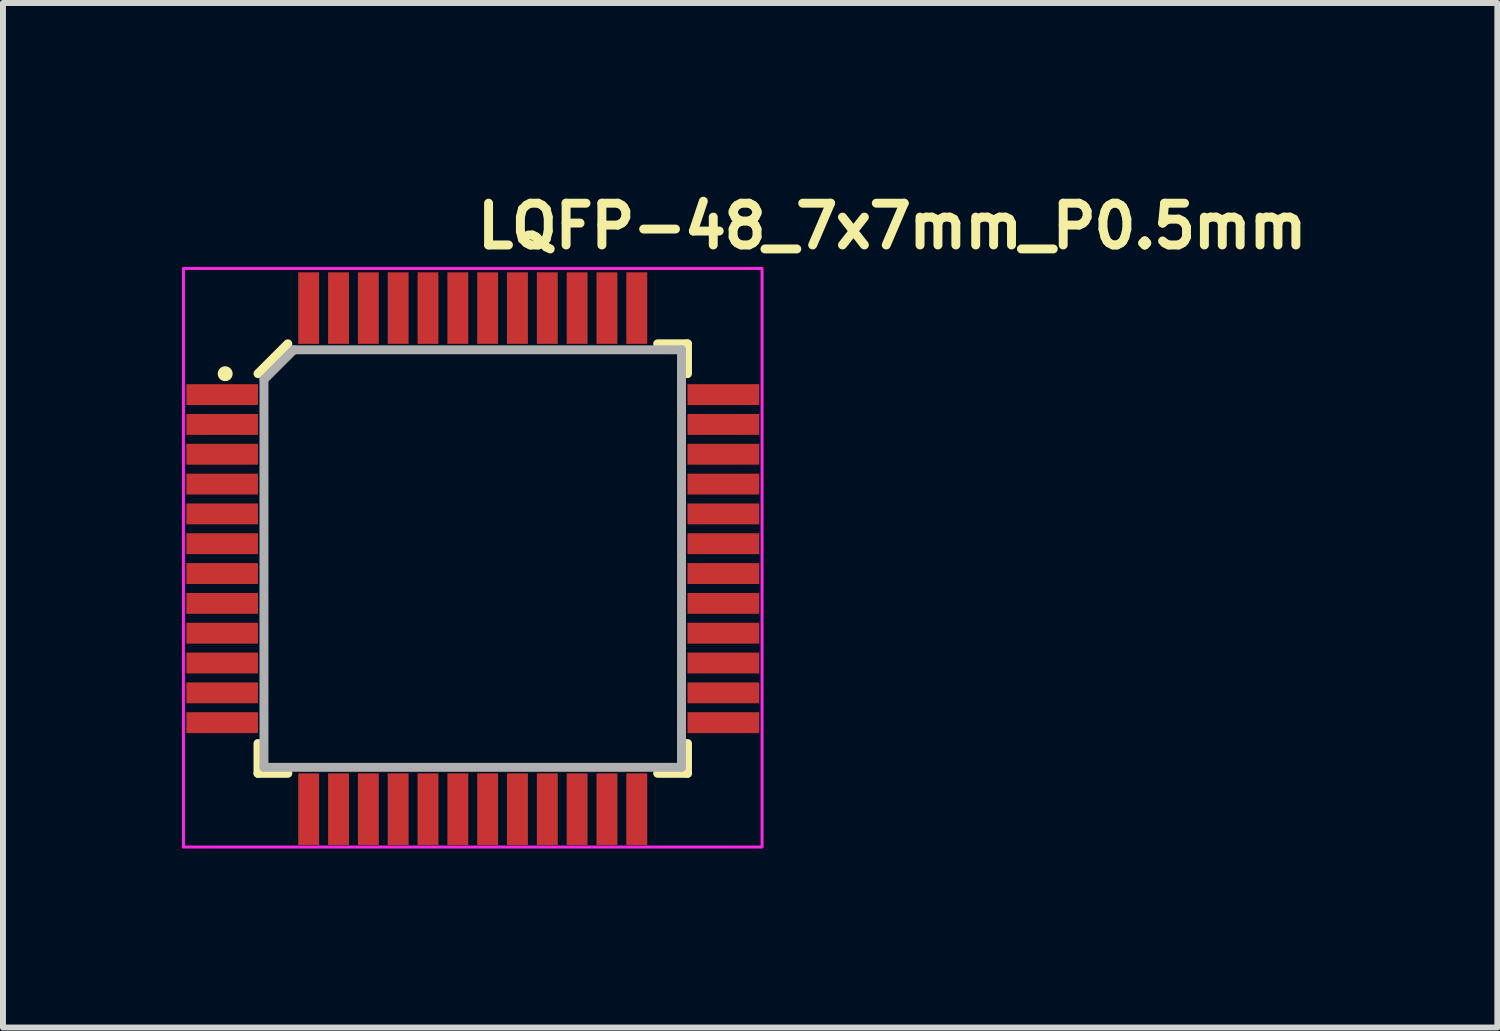
<source format=kicad_pcb>
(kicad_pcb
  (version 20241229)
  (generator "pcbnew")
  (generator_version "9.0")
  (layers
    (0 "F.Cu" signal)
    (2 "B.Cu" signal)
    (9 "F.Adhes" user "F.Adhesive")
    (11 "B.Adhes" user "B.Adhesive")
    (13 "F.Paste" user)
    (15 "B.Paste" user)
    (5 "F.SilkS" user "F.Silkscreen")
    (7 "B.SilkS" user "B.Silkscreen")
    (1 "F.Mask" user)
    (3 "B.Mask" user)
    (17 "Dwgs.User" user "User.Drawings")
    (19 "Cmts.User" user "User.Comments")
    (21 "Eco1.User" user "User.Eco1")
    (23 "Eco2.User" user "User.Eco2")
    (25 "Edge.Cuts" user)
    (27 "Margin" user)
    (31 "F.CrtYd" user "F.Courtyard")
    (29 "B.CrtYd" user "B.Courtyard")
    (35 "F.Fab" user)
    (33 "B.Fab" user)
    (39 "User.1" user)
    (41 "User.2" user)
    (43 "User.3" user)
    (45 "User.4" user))
  (footprint "LQFP-48_7x7mm_P0.5mm"
    (layer "F.Cu")
    (at 4.875 6.25)
    (property "Reference" "LQFP-48_7x7mm_P0.5mm" (at 0 -5.1 0) (layer "F.SilkS") (effects (font (size 0.7 0.7) (thickness 0.15)) (justify left bottom)))
    (attr smd)
    (fp_line (start -3.6 3.164) (end -3.6 3.664) (stroke (width 0.15) (type solid)) (layer "F.SilkS"))
    (fp_line (start -3.6 3.664) (end -3.1 3.664) (stroke (width 0.15) (type solid)) (layer "F.SilkS"))
    (fp_line (start -3.1 -3.536) (end -3.6 -3.036) (stroke (width 0.15) (type solid)) (layer "F.SilkS"))
    (fp_line (start 3.1 -3.536) (end 3.6 -3.536) (stroke (width 0.15) (type solid)) (layer "F.SilkS"))
    (fp_line (start 3.6 -3.536) (end 3.6 -3.036) (stroke (width 0.15) (type solid)) (layer "F.SilkS"))
    (fp_line (start 3.6 3.164) (end 3.6 3.664) (stroke (width 0.15) (type solid)) (layer "F.SilkS"))
    (fp_line (start 3.6 3.664) (end 3.1 3.664) (stroke (width 0.15) (type solid)) (layer "F.SilkS"))
    (fp_circle (center -4.15 -3.035) (end -4.1 -3.035) (stroke (width 0.15) (type solid)) (fill yes) (layer "F.SilkS"))
    (fp_rect (start -4.85 -4.8) (end 4.85 4.9) (stroke (width 0.05) (type solid)) (fill no) (layer "F.CrtYd"))
    (fp_line (start -3.5 -2.936) (end -3.5 3.564) (stroke (width 0.15) (type solid)) (layer "F.Fab"))
    (fp_line (start -3.5 3.564) (end 3.5 3.564) (stroke (width 0.15) (type solid)) (layer "F.Fab"))
    (fp_line (start -3 -3.436) (end -3.5 -2.936) (stroke (width 0.15) (type solid)) (layer "F.Fab"))
    (fp_line (start -3 -3.436) (end 3.5 -3.436) (stroke (width 0.15) (type solid)) (layer "F.Fab"))
    (fp_line (start 3.5 -3.436) (end 3.5 3.564) (stroke (width 0.15) (type solid)) (layer "F.Fab"))
    (fp_rect (start -4.514 -4.436) (end 4.486 4.564) (stroke (width 0.1) (type solid)) (fill no) (layer "User.5"))
    (fp_line (start -4.514 -2.576) (end -4.514 -2.796) (stroke (width 0.02) (type solid)) (layer "User.9"))
    (fp_line (start -4.514 -2.576) (end -4.081 -2.576) (stroke (width 0.02) (type solid)) (layer "User.9"))
    (fp_line (start -4.514 -2.076) (end -4.514 -2.296) (stroke (width 0.02) (type solid)) (layer "User.9"))
    (fp_line (start -4.514 -2.076) (end -4.081 -2.076) (stroke (width 0.02) (type solid)) (layer "User.9"))
    (fp_line (start -4.514 -1.576) (end -4.514 -1.796) (stroke (width 0.02) (type solid)) (layer "User.9"))
    (fp_line (start -4.514 -1.576) (end -4.081 -1.576) (stroke (width 0.02) (type solid)) (layer "User.9"))
    (fp_line (start -4.514 -1.076) (end -4.514 -1.296) (stroke (width 0.02) (type solid)) (layer "User.9"))
    (fp_line (start -4.514 -1.076) (end -4.081 -1.076) (stroke (width 0.02) (type solid)) (layer "User.9"))
    (fp_line (start -4.514 -0.576) (end -4.514 -0.796) (stroke (width 0.02) (type solid)) (layer "User.9"))
    (fp_line (start -4.514 -0.576) (end -4.081 -0.576) (stroke (width 0.02) (type solid)) (layer "User.9"))
    (fp_line (start -4.514 -0.075) (end -4.514 -0.296) (stroke (width 0.02) (type solid)) (layer "User.9"))
    (fp_line (start -4.514 -0.075) (end -4.081 -0.075) (stroke (width 0.02) (type solid)) (layer "User.9"))
    (fp_line (start -4.514 0.424) (end -4.514 0.204) (stroke (width 0.02) (type solid)) (layer "User.9"))
    (fp_line (start -4.514 0.424) (end -4.081 0.424) (stroke (width 0.02) (type solid)) (layer "User.9"))
    (fp_line (start -4.514 0.924) (end -4.514 0.704) (stroke (width 0.02) (type solid)) (layer "User.9"))
    (fp_line (start -4.514 0.924) (end -4.081 0.924) (stroke (width 0.02) (type solid)) (layer "User.9"))
    (fp_line (start -4.514 1.424) (end -4.514 1.204) (stroke (width 0.02) (type solid)) (layer "User.9"))
    (fp_line (start -4.514 1.424) (end -4.081 1.424) (stroke (width 0.02) (type solid)) (layer "User.9"))
    (fp_line (start -4.514 1.924) (end -4.514 1.704) (stroke (width 0.02) (type solid)) (layer "User.9"))
    (fp_line (start -4.514 1.924) (end -4.081 1.924) (stroke (width 0.02) (type solid)) (layer "User.9"))
    (fp_line (start -4.514 2.424) (end -4.514 2.204) (stroke (width 0.02) (type solid)) (layer "User.9"))
    (fp_line (start -4.514 2.424) (end -4.081 2.424) (stroke (width 0.02) (type solid)) (layer "User.9"))
    (fp_line (start -4.514 2.924) (end -4.514 2.704) (stroke (width 0.02) (type solid)) (layer "User.9"))
    (fp_line (start -4.514 2.924) (end -4.081 2.924) (stroke (width 0.02) (type solid)) (layer "User.9"))
    (fp_line (start -4.085 -0.292) (end -4.08 -0.292) (stroke (width 0.02) (type solid)) (layer "User.9"))
    (fp_line (start -4.081 -2.796) (end -4.514 -2.796) (stroke (width 0.02) (type solid)) (layer "User.9"))
    (fp_line (start -4.081 -2.796) (end -4.081 -2.576) (stroke (width 0.02) (type solid)) (layer "User.9"))
    (fp_line (start -4.081 -2.576) (end -3.832 -2.576) (stroke (width 0.02) (type solid)) (layer "User.9"))
    (fp_line (start -4.081 -2.296) (end -4.514 -2.296) (stroke (width 0.02) (type solid)) (layer "User.9"))
    (fp_line (start -4.081 -2.296) (end -4.081 -2.076) (stroke (width 0.02) (type solid)) (layer "User.9"))
    (fp_line (start -4.081 -2.076) (end -3.832 -2.076) (stroke (width 0.02) (type solid)) (layer "User.9"))
    (fp_line (start -4.081 -1.796) (end -4.514 -1.796) (stroke (width 0.02) (type solid)) (layer "User.9"))
    (fp_line (start -4.081 -1.796) (end -4.081 -1.576) (stroke (width 0.02) (type solid)) (layer "User.9"))
    (fp_line (start -4.081 -1.576) (end -3.832 -1.576) (stroke (width 0.02) (type solid)) (layer "User.9"))
    (fp_line (start -4.081 -1.296) (end -4.514 -1.296) (stroke (width 0.02) (type solid)) (layer "User.9"))
    (fp_line (start -4.081 -1.296) (end -4.081 -1.076) (stroke (width 0.02) (type solid)) (layer "User.9"))
    (fp_line (start -4.081 -1.076) (end -3.832 -1.076) (stroke (width 0.02) (type solid)) (layer "User.9"))
    (fp_line (start -4.081 -0.796) (end -4.514 -0.796) (stroke (width 0.02) (type solid)) (layer "User.9"))
    (fp_line (start -4.081 -0.796) (end -4.081 -0.576) (stroke (width 0.02) (type solid)) (layer "User.9"))
    (fp_line (start -4.081 -0.576) (end -3.832 -0.576) (stroke (width 0.02) (type solid)) (layer "User.9"))
    (fp_line (start -4.081 -0.296) (end -4.514 -0.296) (stroke (width 0.02) (type solid)) (layer "User.9"))
    (fp_line (start -4.081 -0.296) (end -4.081 -0.292) (stroke (width 0.02) (type solid)) (layer "User.9"))
    (fp_line (start -4.081 -0.079) (end -4.081 -0.075) (stroke (width 0.02) (type solid)) (layer "User.9"))
    (fp_line (start -4.081 -0.075) (end -3.832 -0.075) (stroke (width 0.02) (type solid)) (layer "User.9"))
    (fp_line (start -4.081 0.204) (end -4.514 0.204) (stroke (width 0.02) (type solid)) (layer "User.9"))
    (fp_line (start -4.081 0.204) (end -4.081 0.424) (stroke (width 0.02) (type solid)) (layer "User.9"))
    (fp_line (start -4.081 0.424) (end -3.832 0.424) (stroke (width 0.02) (type solid)) (layer "User.9"))
    (fp_line (start -4.081 0.704) (end -4.514 0.704) (stroke (width 0.02) (type solid)) (layer "User.9"))
    (fp_line (start -4.081 0.704) (end -4.081 0.924) (stroke (width 0.02) (type solid)) (layer "User.9"))
    (fp_line (start -4.081 0.924) (end -3.832 0.924) (stroke (width 0.02) (type solid)) (layer "User.9"))
    (fp_line (start -4.081 1.204) (end -4.514 1.204) (stroke (width 0.02) (type solid)) (layer "User.9"))
    (fp_line (start -4.081 1.204) (end -4.081 1.424) (stroke (width 0.02) (type solid)) (layer "User.9"))
    (fp_line (start -4.081 1.424) (end -3.832 1.424) (stroke (width 0.02) (type solid)) (layer "User.9"))
    (fp_line (start -4.081 1.704) (end -4.514 1.704) (stroke (width 0.02) (type solid)) (layer "User.9"))
    (fp_line (start -4.081 1.704) (end -4.081 1.924) (stroke (width 0.02) (type solid)) (layer "User.9"))
    (fp_line (start -4.081 1.924) (end -3.832 1.924) (stroke (width 0.02) (type solid)) (layer "User.9"))
    (fp_line (start -4.081 2.204) (end -4.514 2.204) (stroke (width 0.02) (type solid)) (layer "User.9"))
    (fp_line (start -4.081 2.204) (end -4.081 2.424) (stroke (width 0.02) (type solid)) (layer "User.9"))
    (fp_line (start -4.081 2.424) (end -3.832 2.424) (stroke (width 0.02) (type solid)) (layer "User.9"))
    (fp_line (start -4.081 2.704) (end -4.514 2.704) (stroke (width 0.02) (type solid)) (layer "User.9"))
    (fp_line (start -4.081 2.704) (end -4.081 2.924) (stroke (width 0.02) (type solid)) (layer "User.9"))
    (fp_line (start -4.081 2.924) (end -3.832 2.924) (stroke (width 0.02) (type solid)) (layer "User.9"))
    (fp_line (start -4.08 -0.079) (end -4.085 -0.079) (stroke (width 0.02) (type solid)) (layer "User.9"))
    (fp_line (start -3.832 -2.796) (end -4.081 -2.796) (stroke (width 0.02) (type solid)) (layer "User.9"))
    (fp_line (start -3.832 -2.576) (end -3.647 -2.576) (stroke (width 0.02) (type solid)) (layer "User.9"))
    (fp_line (start -3.832 -2.296) (end -4.081 -2.296) (stroke (width 0.02) (type solid)) (layer "User.9"))
    (fp_line (start -3.832 -2.076) (end -3.647 -2.076) (stroke (width 0.02) (type solid)) (layer "User.9"))
    (fp_line (start -3.832 -1.796) (end -4.081 -1.796) (stroke (width 0.02) (type solid)) (layer "User.9"))
    (fp_line (start -3.832 -1.576) (end -3.647 -1.576) (stroke (width 0.02) (type solid)) (layer "User.9"))
    (fp_line (start -3.832 -1.296) (end -4.081 -1.296) (stroke (width 0.02) (type solid)) (layer "User.9"))
    (fp_line (start -3.832 -1.076) (end -3.647 -1.076) (stroke (width 0.02) (type solid)) (layer "User.9"))
    (fp_line (start -3.832 -0.796) (end -4.081 -0.796) (stroke (width 0.02) (type solid)) (layer "User.9"))
    (fp_line (start -3.832 -0.576) (end -3.647 -0.576) (stroke (width 0.02) (type solid)) (layer "User.9"))
    (fp_line (start -3.832 -0.296) (end -4.081 -0.296) (stroke (width 0.02) (type solid)) (layer "User.9"))
    (fp_line (start -3.832 -0.075) (end -3.647 -0.075) (stroke (width 0.02) (type solid)) (layer "User.9"))
    (fp_line (start -3.832 0.204) (end -4.081 0.204) (stroke (width 0.02) (type solid)) (layer "User.9"))
    (fp_line (start -3.832 0.424) (end -3.647 0.424) (stroke (width 0.02) (type solid)) (layer "User.9"))
    (fp_line (start -3.832 0.704) (end -4.081 0.704) (stroke (width 0.02) (type solid)) (layer "User.9"))
    (fp_line (start -3.832 0.924) (end -3.647 0.924) (stroke (width 0.02) (type solid)) (layer "User.9"))
    (fp_line (start -3.832 1.204) (end -4.081 1.204) (stroke (width 0.02) (type solid)) (layer "User.9"))
    (fp_line (start -3.832 1.424) (end -3.647 1.424) (stroke (width 0.02) (type solid)) (layer "User.9"))
    (fp_line (start -3.832 1.704) (end -4.081 1.704) (stroke (width 0.02) (type solid)) (layer "User.9"))
    (fp_line (start -3.832 1.924) (end -3.647 1.924) (stroke (width 0.02) (type solid)) (layer "User.9"))
    (fp_line (start -3.832 2.204) (end -4.081 2.204) (stroke (width 0.02) (type solid)) (layer "User.9"))
    (fp_line (start -3.832 2.424) (end -3.647 2.424) (stroke (width 0.02) (type solid)) (layer "User.9"))
    (fp_line (start -3.832 2.704) (end -4.081 2.704) (stroke (width 0.02) (type solid)) (layer "User.9"))
    (fp_line (start -3.832 2.924) (end -3.647 2.924) (stroke (width 0.02) (type solid)) (layer "User.9"))
    (fp_line (start -3.647 -2.796) (end -3.832 -2.796) (stroke (width 0.02) (type solid)) (layer "User.9"))
    (fp_line (start -3.647 -2.576) (end -3.514 -2.576) (stroke (width 0.02) (type solid)) (layer "User.9"))
    (fp_line (start -3.647 -2.296) (end -3.832 -2.296) (stroke (width 0.02) (type solid)) (layer "User.9"))
    (fp_line (start -3.647 -2.076) (end -3.514 -2.076) (stroke (width 0.02) (type solid)) (layer "User.9"))
    (fp_line (start -3.647 -1.796) (end -3.832 -1.796) (stroke (width 0.02) (type solid)) (layer "User.9"))
    (fp_line (start -3.647 -1.576) (end -3.514 -1.576) (stroke (width 0.02) (type solid)) (layer "User.9"))
    (fp_line (start -3.647 -1.296) (end -3.832 -1.296) (stroke (width 0.02) (type solid)) (layer "User.9"))
    (fp_line (start -3.647 -1.076) (end -3.514 -1.076) (stroke (width 0.02) (type solid)) (layer "User.9"))
    (fp_line (start -3.647 -0.796) (end -3.832 -0.796) (stroke (width 0.02) (type solid)) (layer "User.9"))
    (fp_line (start -3.647 -0.576) (end -3.514 -0.576) (stroke (width 0.02) (type solid)) (layer "User.9"))
    (fp_line (start -3.647 -0.296) (end -3.832 -0.296) (stroke (width 0.02) (type solid)) (layer "User.9"))
    (fp_line (start -3.647 -0.075) (end -3.514 -0.075) (stroke (width 0.02) (type solid)) (layer "User.9"))
    (fp_line (start -3.647 0.204) (end -3.832 0.204) (stroke (width 0.02) (type solid)) (layer "User.9"))
    (fp_line (start -3.647 0.424) (end -3.514 0.424) (stroke (width 0.02) (type solid)) (layer "User.9"))
    (fp_line (start -3.647 0.704) (end -3.832 0.704) (stroke (width 0.02) (type solid)) (layer "User.9"))
    (fp_line (start -3.647 0.924) (end -3.514 0.924) (stroke (width 0.02) (type solid)) (layer "User.9"))
    (fp_line (start -3.647 1.204) (end -3.832 1.204) (stroke (width 0.02) (type solid)) (layer "User.9"))
    (fp_line (start -3.647 1.424) (end -3.514 1.424) (stroke (width 0.02) (type solid)) (layer "User.9"))
    (fp_line (start -3.647 1.704) (end -3.832 1.704) (stroke (width 0.02) (type solid)) (layer "User.9"))
    (fp_line (start -3.647 1.924) (end -3.514 1.924) (stroke (width 0.02) (type solid)) (layer "User.9"))
    (fp_line (start -3.647 2.204) (end -3.832 2.204) (stroke (width 0.02) (type solid)) (layer "User.9"))
    (fp_line (start -3.647 2.424) (end -3.514 2.424) (stroke (width 0.02) (type solid)) (layer "User.9"))
    (fp_line (start -3.647 2.704) (end -3.832 2.704) (stroke (width 0.02) (type solid)) (layer "User.9"))
    (fp_line (start -3.647 2.924) (end -3.514 2.924) (stroke (width 0.02) (type solid)) (layer "User.9"))
    (fp_line (start -3.514 -3.036) (end -3.514 3.564) (stroke (width 0.02) (type solid)) (layer "User.9"))
    (fp_line (start -3.514 -3.036) (end -3.114 -3.436) (stroke (width 0.02) (type solid)) (layer "User.9"))
    (fp_line (start -3.514 -2.796) (end -3.647 -2.796) (stroke (width 0.02) (type solid)) (layer "User.9"))
    (fp_line (start -3.514 -2.296) (end -3.647 -2.296) (stroke (width 0.02) (type solid)) (layer "User.9"))
    (fp_line (start -3.514 -1.796) (end -3.647 -1.796) (stroke (width 0.02) (type solid)) (layer "User.9"))
    (fp_line (start -3.514 -1.296) (end -3.647 -1.296) (stroke (width 0.02) (type solid)) (layer "User.9"))
    (fp_line (start -3.514 -0.796) (end -3.647 -0.796) (stroke (width 0.02) (type solid)) (layer "User.9"))
    (fp_line (start -3.514 -0.296) (end -3.647 -0.296) (stroke (width 0.02) (type solid)) (layer "User.9"))
    (fp_line (start -3.514 0.204) (end -3.647 0.204) (stroke (width 0.02) (type solid)) (layer "User.9"))
    (fp_line (start -3.514 0.704) (end -3.647 0.704) (stroke (width 0.02) (type solid)) (layer "User.9"))
    (fp_line (start -3.514 1.204) (end -3.647 1.204) (stroke (width 0.02) (type solid)) (layer "User.9"))
    (fp_line (start -3.514 1.704) (end -3.647 1.704) (stroke (width 0.02) (type solid)) (layer "User.9"))
    (fp_line (start -3.514 2.204) (end -3.647 2.204) (stroke (width 0.02) (type solid)) (layer "User.9"))
    (fp_line (start -3.514 2.704) (end -3.647 2.704) (stroke (width 0.02) (type solid)) (layer "User.9"))
    (fp_line (start -3.514 3.564) (end 3.486 3.564) (stroke (width 0.02) (type solid)) (layer "User.9"))
    (fp_line (start -3.339 -2.963) (end -3.514 -3.036) (stroke (width 0.02) (type solid)) (layer "User.9"))
    (fp_line (start -3.339 3.389) (end -3.514 3.564) (stroke (width 0.02) (type solid)) (layer "User.9"))
    (fp_line (start -3.339 3.389) (end -3.339 -2.963) (stroke (width 0.02) (type solid)) (layer "User.9"))
    (fp_line (start -3.114 -3.436) (end -3.041 -3.26) (stroke (width 0.02) (type solid)) (layer "User.9"))
    (fp_line (start -3.041 -3.26) (end -3.339 -2.963) (stroke (width 0.02) (type solid)) (layer "User.9"))
    (fp_line (start -3.041 -3.26) (end 3.311 -3.26) (stroke (width 0.02) (type solid)) (layer "User.9"))
    (fp_line (start -2.964 -2.636) (end -2.963 -2.652) (stroke (width 0.02) (type solid)) (layer "User.9"))
    (fp_line (start -2.964 -2.627) (end -2.964 -2.636) (stroke (width 0.02) (type solid)) (layer "User.9"))
    (fp_line (start -2.963 -2.652) (end -2.962 -2.669) (stroke (width 0.02) (type solid)) (layer "User.9"))
    (fp_line (start -2.963 -2.619) (end -2.964 -2.627) (stroke (width 0.02) (type solid)) (layer "User.9"))
    (fp_line (start -2.963 -2.611) (end -2.963 -2.619) (stroke (width 0.02) (type solid)) (layer "User.9"))
    (fp_line (start -2.962 -2.669) (end -2.959 -2.685) (stroke (width 0.02) (type solid)) (layer "User.9"))
    (fp_line (start -2.962 -2.602) (end -2.963 -2.611) (stroke (width 0.02) (type solid)) (layer "User.9"))
    (fp_line (start -2.961 -2.594) (end -2.962 -2.602) (stroke (width 0.02) (type solid)) (layer "User.9"))
    (fp_line (start -2.959 -2.685) (end -2.955 -2.701) (stroke (width 0.02) (type solid)) (layer "User.9"))
    (fp_line (start -2.959 -2.586) (end -2.961 -2.594) (stroke (width 0.02) (type solid)) (layer "User.9"))
    (fp_line (start -2.957 -2.578) (end -2.959 -2.586) (stroke (width 0.02) (type solid)) (layer "User.9"))
    (fp_line (start -2.955 -2.701) (end -2.951 -2.716) (stroke (width 0.02) (type solid)) (layer "User.9"))
    (fp_line (start -2.955 -2.57) (end -2.957 -2.578) (stroke (width 0.02) (type solid)) (layer "User.9"))
    (fp_line (start -2.953 -2.562) (end -2.955 -2.57) (stroke (width 0.02) (type solid)) (layer "User.9"))
    (fp_line (start -2.951 -2.716) (end -2.945 -2.731) (stroke (width 0.02) (type solid)) (layer "User.9"))
    (fp_line (start -2.951 -2.555) (end -2.953 -2.562) (stroke (width 0.02) (type solid)) (layer "User.9"))
    (fp_line (start -2.948 -2.547) (end -2.951 -2.555) (stroke (width 0.02) (type solid)) (layer "User.9"))
    (fp_line (start -2.945 -2.731) (end -2.938 -2.746) (stroke (width 0.02) (type solid)) (layer "User.9"))
    (fp_line (start -2.945 -2.54) (end -2.948 -2.547) (stroke (width 0.02) (type solid)) (layer "User.9"))
    (fp_line (start -2.942 -2.532) (end -2.945 -2.54) (stroke (width 0.02) (type solid)) (layer "User.9"))
    (fp_line (start -2.938 -2.746) (end -2.931 -2.76) (stroke (width 0.02) (type solid)) (layer "User.9"))
    (fp_line (start -2.938 -2.525) (end -2.942 -2.532) (stroke (width 0.02) (type solid)) (layer "User.9"))
    (fp_line (start -2.934 -2.518) (end -2.938 -2.525) (stroke (width 0.02) (type solid)) (layer "User.9"))
    (fp_line (start -2.931 -2.76) (end -2.922 -2.774) (stroke (width 0.02) (type solid)) (layer "User.9"))
    (fp_line (start -2.931 -2.51) (end -2.934 -2.518) (stroke (width 0.02) (type solid)) (layer "User.9"))
    (fp_line (start -2.926 -2.504) (end -2.931 -2.51) (stroke (width 0.02) (type solid)) (layer "User.9"))
    (fp_line (start -2.922 -2.774) (end -2.913 -2.787) (stroke (width 0.02) (type solid)) (layer "User.9"))
    (fp_line (start -2.922 -2.497) (end -2.926 -2.504) (stroke (width 0.02) (type solid)) (layer "User.9"))
    (fp_line (start -2.917 -2.49) (end -2.922 -2.497) (stroke (width 0.02) (type solid)) (layer "User.9"))
    (fp_line (start -2.913 -2.787) (end -2.902 -2.8) (stroke (width 0.02) (type solid)) (layer "User.9"))
    (fp_line (start -2.913 -2.484) (end -2.917 -2.49) (stroke (width 0.02) (type solid)) (layer "User.9"))
    (fp_line (start -2.908 -2.477) (end -2.913 -2.484) (stroke (width 0.02) (type solid)) (layer "User.9"))
    (fp_line (start -2.902 -2.8) (end -2.891 -2.812) (stroke (width 0.02) (type solid)) (layer "User.9"))
    (fp_line (start -2.902 -2.471) (end -2.908 -2.477) (stroke (width 0.02) (type solid)) (layer "User.9"))
    (fp_line (start -2.897 -2.465) (end -2.902 -2.471) (stroke (width 0.02) (type solid)) (layer "User.9"))
    (fp_line (start -2.891 -2.812) (end -2.879 -2.823) (stroke (width 0.02) (type solid)) (layer "User.9"))
    (fp_line (start -2.891 -2.459) (end -2.897 -2.465) (stroke (width 0.02) (type solid)) (layer "User.9"))
    (fp_line (start -2.885 -2.453) (end -2.891 -2.459) (stroke (width 0.02) (type solid)) (layer "User.9"))
    (fp_line (start -2.879 -2.823) (end -2.867 -2.834) (stroke (width 0.02) (type solid)) (layer "User.9"))
    (fp_line (start -2.879 -2.448) (end -2.885 -2.453) (stroke (width 0.02) (type solid)) (layer "User.9"))
    (fp_line (start -2.874 -4.436) (end -2.874 -4.003) (stroke (width 0.02) (type solid)) (layer "User.9"))
    (fp_line (start -2.874 -4.436) (end -2.654 -4.436) (stroke (width 0.02) (type solid)) (layer "User.9"))
    (fp_line (start -2.874 -4.003) (end -2.874 -3.753) (stroke (width 0.02) (type solid)) (layer "User.9"))
    (fp_line (start -2.874 -3.753) (end -2.874 -3.568) (stroke (width 0.02) (type solid)) (layer "User.9"))
    (fp_line (start -2.874 -3.568) (end -2.874 -3.436) (stroke (width 0.02) (type solid)) (layer "User.9"))
    (fp_line (start -2.874 3.697) (end -2.874 3.564) (stroke (width 0.02) (type solid)) (layer "User.9"))
    (fp_line (start -2.874 3.882) (end -2.874 3.697) (stroke (width 0.02) (type solid)) (layer "User.9"))
    (fp_line (start -2.874 4.132) (end -2.874 3.882) (stroke (width 0.02) (type solid)) (layer "User.9"))
    (fp_line (start -2.874 4.564) (end -2.874 4.132) (stroke (width 0.02) (type solid)) (layer "User.9"))
    (fp_line (start -2.874 4.564) (end -2.654 4.564) (stroke (width 0.02) (type solid)) (layer "User.9"))
    (fp_line (start -2.873 -2.443) (end -2.879 -2.448) (stroke (width 0.02) (type solid)) (layer "User.9"))
    (fp_line (start -2.867 -2.834) (end -2.853 -2.843) (stroke (width 0.02) (type solid)) (layer "User.9"))
    (fp_line (start -2.867 -2.437) (end -2.873 -2.443) (stroke (width 0.02) (type solid)) (layer "User.9"))
    (fp_line (start -2.86 -2.433) (end -2.867 -2.437) (stroke (width 0.02) (type solid)) (layer "User.9"))
    (fp_line (start -2.853 -2.843) (end -2.839 -2.852) (stroke (width 0.02) (type solid)) (layer "User.9"))
    (fp_line (start -2.853 -2.428) (end -2.86 -2.433) (stroke (width 0.02) (type solid)) (layer "User.9"))
    (fp_line (start -2.846 -2.423) (end -2.853 -2.428) (stroke (width 0.02) (type solid)) (layer "User.9"))
    (fp_line (start -2.839 -2.852) (end -2.839 -2.852) (stroke (width 0.02) (type solid)) (layer "User.9"))
    (fp_line (start -2.839 -2.852) (end -2.824 -2.86) (stroke (width 0.02) (type solid)) (layer "User.9"))
    (fp_line (start -2.839 -2.419) (end -2.846 -2.423) (stroke (width 0.02) (type solid)) (layer "User.9"))
    (fp_line (start -2.839 -2.419) (end -2.839 -2.419) (stroke (width 0.02) (type solid)) (layer "User.9"))
    (fp_line (start -2.824 -2.86) (end -2.809 -2.867) (stroke (width 0.02) (type solid)) (layer "User.9"))
    (fp_line (start -2.824 -2.411) (end -2.839 -2.419) (stroke (width 0.02) (type solid)) (layer "User.9"))
    (fp_line (start -2.809 -2.867) (end -2.794 -2.872) (stroke (width 0.02) (type solid)) (layer "User.9"))
    (fp_line (start -2.809 -2.404) (end -2.824 -2.411) (stroke (width 0.02) (type solid)) (layer "User.9"))
    (fp_line (start -2.794 -2.872) (end -2.778 -2.877) (stroke (width 0.02) (type solid)) (layer "User.9"))
    (fp_line (start -2.794 -2.399) (end -2.809 -2.404) (stroke (width 0.02) (type solid)) (layer "User.9"))
    (fp_line (start -2.778 -2.877) (end -2.762 -2.881) (stroke (width 0.02) (type solid)) (layer "User.9"))
    (fp_line (start -2.778 -2.394) (end -2.794 -2.399) (stroke (width 0.02) (type solid)) (layer "User.9"))
    (fp_line (start -2.762 -2.881) (end -2.746 -2.883) (stroke (width 0.02) (type solid)) (layer "User.9"))
    (fp_line (start -2.762 -2.39) (end -2.778 -2.394) (stroke (width 0.02) (type solid)) (layer "User.9"))
    (fp_line (start -2.746 -2.883) (end -2.73 -2.885) (stroke (width 0.02) (type solid)) (layer "User.9"))
    (fp_line (start -2.746 -2.388) (end -2.762 -2.39) (stroke (width 0.02) (type solid)) (layer "User.9"))
    (fp_line (start -2.73 -2.885) (end -2.714 -2.886) (stroke (width 0.02) (type solid)) (layer "User.9"))
    (fp_line (start -2.73 -2.386) (end -2.746 -2.388) (stroke (width 0.02) (type solid)) (layer "User.9"))
    (fp_line (start -2.714 -2.886) (end -2.698 -2.885) (stroke (width 0.02) (type solid)) (layer "User.9"))
    (fp_line (start -2.714 -2.386) (end -2.73 -2.386) (stroke (width 0.02) (type solid)) (layer "User.9"))
    (fp_line (start -2.698 -2.885) (end -2.682 -2.883) (stroke (width 0.02) (type solid)) (layer "User.9"))
    (fp_line (start -2.698 -2.386) (end -2.714 -2.386) (stroke (width 0.02) (type solid)) (layer "User.9"))
    (fp_line (start -2.682 -2.883) (end -2.666 -2.881) (stroke (width 0.02) (type solid)) (layer "User.9"))
    (fp_line (start -2.682 -2.388) (end -2.698 -2.386) (stroke (width 0.02) (type solid)) (layer "User.9"))
    (fp_line (start -2.666 -2.881) (end -2.65 -2.877) (stroke (width 0.02) (type solid)) (layer "User.9"))
    (fp_line (start -2.666 -2.39) (end -2.682 -2.388) (stroke (width 0.02) (type solid)) (layer "User.9"))
    (fp_line (start -2.654 -4.003) (end -2.874 -4.003) (stroke (width 0.02) (type solid)) (layer "User.9"))
    (fp_line (start -2.654 -4.003) (end -2.654 -4.436) (stroke (width 0.02) (type solid)) (layer "User.9"))
    (fp_line (start -2.654 -3.753) (end -2.654 -4.003) (stroke (width 0.02) (type solid)) (layer "User.9"))
    (fp_line (start -2.654 -3.568) (end -2.654 -3.753) (stroke (width 0.02) (type solid)) (layer "User.9"))
    (fp_line (start -2.654 -3.436) (end -2.654 -3.568) (stroke (width 0.02) (type solid)) (layer "User.9"))
    (fp_line (start -2.654 3.564) (end -2.654 3.697) (stroke (width 0.02) (type solid)) (layer "User.9"))
    (fp_line (start -2.654 3.697) (end -2.654 3.882) (stroke (width 0.02) (type solid)) (layer "User.9"))
    (fp_line (start -2.654 3.882) (end -2.654 4.132) (stroke (width 0.02) (type solid)) (layer "User.9"))
    (fp_line (start -2.654 4.132) (end -2.874 4.132) (stroke (width 0.02) (type solid)) (layer "User.9"))
    (fp_line (start -2.654 4.132) (end -2.654 4.564) (stroke (width 0.02) (type solid)) (layer "User.9"))
    (fp_line (start -2.65 -2.877) (end -2.634 -2.872) (stroke (width 0.02) (type solid)) (layer "User.9"))
    (fp_line (start -2.65 -2.394) (end -2.666 -2.39) (stroke (width 0.02) (type solid)) (layer "User.9"))
    (fp_line (start -2.634 -2.872) (end -2.619 -2.867) (stroke (width 0.02) (type solid)) (layer "User.9"))
    (fp_line (start -2.634 -2.399) (end -2.65 -2.394) (stroke (width 0.02) (type solid)) (layer "User.9"))
    (fp_line (start -2.619 -2.867) (end -2.604 -2.86) (stroke (width 0.02) (type solid)) (layer "User.9"))
    (fp_line (start -2.619 -2.404) (end -2.634 -2.399) (stroke (width 0.02) (type solid)) (layer "User.9"))
    (fp_line (start -2.604 -2.86) (end -2.589 -2.852) (stroke (width 0.02) (type solid)) (layer "User.9"))
    (fp_line (start -2.604 -2.411) (end -2.619 -2.404) (stroke (width 0.02) (type solid)) (layer "User.9"))
    (fp_line (start -2.589 -2.852) (end -2.589 -2.852) (stroke (width 0.02) (type solid)) (layer "User.9"))
    (fp_line (start -2.589 -2.852) (end -2.582 -2.848) (stroke (width 0.02) (type solid)) (layer "User.9"))
    (fp_line (start -2.589 -2.419) (end -2.604 -2.411) (stroke (width 0.02) (type solid)) (layer "User.9"))
    (fp_line (start -2.589 -2.419) (end -2.589 -2.419) (stroke (width 0.02) (type solid)) (layer "User.9"))
    (fp_line (start -2.582 -2.848) (end -2.575 -2.843) (stroke (width 0.02) (type solid)) (layer "User.9"))
    (fp_line (start -2.575 -2.843) (end -2.568 -2.838) (stroke (width 0.02) (type solid)) (layer "User.9"))
    (fp_line (start -2.575 -2.428) (end -2.589 -2.419) (stroke (width 0.02) (type solid)) (layer "User.9"))
    (fp_line (start -2.568 -2.838) (end -2.561 -2.834) (stroke (width 0.02) (type solid)) (layer "User.9"))
    (fp_line (start -2.561 -2.834) (end -2.555 -2.828) (stroke (width 0.02) (type solid)) (layer "User.9"))
    (fp_line (start -2.561 -2.437) (end -2.575 -2.428) (stroke (width 0.02) (type solid)) (layer "User.9"))
    (fp_line (start -2.555 -2.828) (end -2.549 -2.823) (stroke (width 0.02) (type solid)) (layer "User.9"))
    (fp_line (start -2.549 -2.823) (end -2.543 -2.818) (stroke (width 0.02) (type solid)) (layer "User.9"))
    (fp_line (start -2.549 -2.448) (end -2.561 -2.437) (stroke (width 0.02) (type solid)) (layer "User.9"))
    (fp_line (start -2.543 -2.818) (end -2.537 -2.812) (stroke (width 0.02) (type solid)) (layer "User.9"))
    (fp_line (start -2.537 -2.812) (end -2.531 -2.806) (stroke (width 0.02) (type solid)) (layer "User.9"))
    (fp_line (start -2.537 -2.459) (end -2.549 -2.448) (stroke (width 0.02) (type solid)) (layer "User.9"))
    (fp_line (start -2.531 -2.806) (end -2.526 -2.8) (stroke (width 0.02) (type solid)) (layer "User.9"))
    (fp_line (start -2.526 -2.8) (end -2.52 -2.794) (stroke (width 0.02) (type solid)) (layer "User.9"))
    (fp_line (start -2.526 -2.471) (end -2.537 -2.459) (stroke (width 0.02) (type solid)) (layer "User.9"))
    (fp_line (start -2.52 -2.794) (end -2.515 -2.787) (stroke (width 0.02) (type solid)) (layer "User.9"))
    (fp_line (start -2.515 -2.787) (end -2.511 -2.781) (stroke (width 0.02) (type solid)) (layer "User.9"))
    (fp_line (start -2.515 -2.484) (end -2.526 -2.471) (stroke (width 0.02) (type solid)) (layer "User.9"))
    (fp_line (start -2.511 -2.781) (end -2.506 -2.774) (stroke (width 0.02) (type solid)) (layer "User.9"))
    (fp_line (start -2.506 -2.774) (end -2.502 -2.767) (stroke (width 0.02) (type solid)) (layer "User.9"))
    (fp_line (start -2.506 -2.497) (end -2.515 -2.484) (stroke (width 0.02) (type solid)) (layer "User.9"))
    (fp_line (start -2.502 -2.767) (end -2.497 -2.76) (stroke (width 0.02) (type solid)) (layer "User.9"))
    (fp_line (start -2.497 -2.76) (end -2.494 -2.753) (stroke (width 0.02) (type solid)) (layer "User.9"))
    (fp_line (start -2.497 -2.51) (end -2.506 -2.497) (stroke (width 0.02) (type solid)) (layer "User.9"))
    (fp_line (start -2.494 -2.753) (end -2.49 -2.746) (stroke (width 0.02) (type solid)) (layer "User.9"))
    (fp_line (start -2.49 -2.746) (end -2.486 -2.739) (stroke (width 0.02) (type solid)) (layer "User.9"))
    (fp_line (start -2.49 -2.525) (end -2.497 -2.51) (stroke (width 0.02) (type solid)) (layer "User.9"))
    (fp_line (start -2.486 -2.739) (end -2.483 -2.731) (stroke (width 0.02) (type solid)) (layer "User.9"))
    (fp_line (start -2.483 -2.731) (end -2.48 -2.724) (stroke (width 0.02) (type solid)) (layer "User.9"))
    (fp_line (start -2.483 -2.54) (end -2.49 -2.525) (stroke (width 0.02) (type solid)) (layer "User.9"))
    (fp_line (start -2.48 -2.724) (end -2.477 -2.716) (stroke (width 0.02) (type solid)) (layer "User.9"))
    (fp_line (start -2.477 -2.716) (end -2.475 -2.709) (stroke (width 0.02) (type solid)) (layer "User.9"))
    (fp_line (start -2.477 -2.555) (end -2.483 -2.54) (stroke (width 0.02) (type solid)) (layer "User.9"))
    (fp_line (start -2.475 -2.709) (end -2.473 -2.701) (stroke (width 0.02) (type solid)) (layer "User.9"))
    (fp_line (start -2.473 -2.701) (end -2.471 -2.693) (stroke (width 0.02) (type solid)) (layer "User.9"))
    (fp_line (start -2.473 -2.57) (end -2.477 -2.555) (stroke (width 0.02) (type solid)) (layer "User.9"))
    (fp_line (start -2.471 -2.693) (end -2.469 -2.685) (stroke (width 0.02) (type solid)) (layer "User.9"))
    (fp_line (start -2.469 -2.685) (end -2.467 -2.677) (stroke (width 0.02) (type solid)) (layer "User.9"))
    (fp_line (start -2.469 -2.586) (end -2.473 -2.57) (stroke (width 0.02) (type solid)) (layer "User.9"))
    (fp_line (start -2.467 -2.677) (end -2.466 -2.669) (stroke (width 0.02) (type solid)) (layer "User.9"))
    (fp_line (start -2.466 -2.669) (end -2.465 -2.66) (stroke (width 0.02) (type solid)) (layer "User.9"))
    (fp_line (start -2.466 -2.602) (end -2.469 -2.586) (stroke (width 0.02) (type solid)) (layer "User.9"))
    (fp_line (start -2.465 -2.66) (end -2.465 -2.652) (stroke (width 0.02) (type solid)) (layer "User.9"))
    (fp_line (start -2.465 -2.652) (end -2.464 -2.644) (stroke (width 0.02) (type solid)) (layer "User.9"))
    (fp_line (start -2.465 -2.619) (end -2.466 -2.602) (stroke (width 0.02) (type solid)) (layer "User.9"))
    (fp_line (start -2.464 -2.644) (end -2.464 -2.636) (stroke (width 0.02) (type solid)) (layer "User.9"))
    (fp_line (start -2.464 -2.636) (end -2.465 -2.619) (stroke (width 0.02) (type solid)) (layer "User.9"))
    (fp_line (start -2.374 -4.436) (end -2.374 -4.003) (stroke (width 0.02) (type solid)) (layer "User.9"))
    (fp_line (start -2.374 -4.436) (end -2.154 -4.436) (stroke (width 0.02) (type solid)) (layer "User.9"))
    (fp_line (start -2.374 -4.003) (end -2.374 -3.753) (stroke (width 0.02) (type solid)) (layer "User.9"))
    (fp_line (start -2.374 -3.753) (end -2.374 -3.568) (stroke (width 0.02) (type solid)) (layer "User.9"))
    (fp_line (start -2.374 -3.568) (end -2.374 -3.436) (stroke (width 0.02) (type solid)) (layer "User.9"))
    (fp_line (start -2.374 3.697) (end -2.374 3.564) (stroke (width 0.02) (type solid)) (layer "User.9"))
    (fp_line (start -2.374 3.882) (end -2.374 3.697) (stroke (width 0.02) (type solid)) (layer "User.9"))
    (fp_line (start -2.374 4.132) (end -2.374 3.882) (stroke (width 0.02) (type solid)) (layer "User.9"))
    (fp_line (start -2.374 4.564) (end -2.374 4.132) (stroke (width 0.02) (type solid)) (layer "User.9"))
    (fp_line (start -2.374 4.564) (end -2.154 4.564) (stroke (width 0.02) (type solid)) (layer "User.9"))
    (fp_line (start -2.154 -4.003) (end -2.374 -4.003) (stroke (width 0.02) (type solid)) (layer "User.9"))
    (fp_line (start -2.154 -4.003) (end -2.154 -4.436) (stroke (width 0.02) (type solid)) (layer "User.9"))
    (fp_line (start -2.154 -3.753) (end -2.154 -4.003) (stroke (width 0.02) (type solid)) (layer "User.9"))
    (fp_line (start -2.154 -3.568) (end -2.154 -3.753) (stroke (width 0.02) (type solid)) (layer "User.9"))
    (fp_line (start -2.154 -3.436) (end -2.154 -3.568) (stroke (width 0.02) (type solid)) (layer "User.9"))
    (fp_line (start -2.154 3.564) (end -2.154 3.697) (stroke (width 0.02) (type solid)) (layer "User.9"))
    (fp_line (start -2.154 3.697) (end -2.154 3.882) (stroke (width 0.02) (type solid)) (layer "User.9"))
    (fp_line (start -2.154 3.882) (end -2.154 4.132) (stroke (width 0.02) (type solid)) (layer "User.9"))
    (fp_line (start -2.154 4.132) (end -2.374 4.132) (stroke (width 0.02) (type solid)) (layer "User.9"))
    (fp_line (start -2.154 4.132) (end -2.154 4.564) (stroke (width 0.02) (type solid)) (layer "User.9"))
    (fp_line (start -1.874 -4.436) (end -1.874 -4.003) (stroke (width 0.02) (type solid)) (layer "User.9"))
    (fp_line (start -1.874 -4.436) (end -1.654 -4.436) (stroke (width 0.02) (type solid)) (layer "User.9"))
    (fp_line (start -1.874 -4.003) (end -1.874 -3.753) (stroke (width 0.02) (type solid)) (layer "User.9"))
    (fp_line (start -1.874 -3.753) (end -1.874 -3.568) (stroke (width 0.02) (type solid)) (layer "User.9"))
    (fp_line (start -1.874 -3.568) (end -1.874 -3.436) (stroke (width 0.02) (type solid)) (layer "User.9"))
    (fp_line (start -1.874 3.697) (end -1.874 3.564) (stroke (width 0.02) (type solid)) (layer "User.9"))
    (fp_line (start -1.874 3.882) (end -1.874 3.697) (stroke (width 0.02) (type solid)) (layer "User.9"))
    (fp_line (start -1.874 4.132) (end -1.874 3.882) (stroke (width 0.02) (type solid)) (layer "User.9"))
    (fp_line (start -1.874 4.564) (end -1.874 4.132) (stroke (width 0.02) (type solid)) (layer "User.9"))
    (fp_line (start -1.874 4.564) (end -1.654 4.564) (stroke (width 0.02) (type solid)) (layer "User.9"))
    (fp_line (start -1.654 -4.003) (end -1.874 -4.003) (stroke (width 0.02) (type solid)) (layer "User.9"))
    (fp_line (start -1.654 -4.003) (end -1.654 -4.436) (stroke (width 0.02) (type solid)) (layer "User.9"))
    (fp_line (start -1.654 -3.753) (end -1.654 -4.003) (stroke (width 0.02) (type solid)) (layer "User.9"))
    (fp_line (start -1.654 -3.568) (end -1.654 -3.753) (stroke (width 0.02) (type solid)) (layer "User.9"))
    (fp_line (start -1.654 -3.436) (end -1.654 -3.568) (stroke (width 0.02) (type solid)) (layer "User.9"))
    (fp_line (start -1.654 3.564) (end -1.654 3.697) (stroke (width 0.02) (type solid)) (layer "User.9"))
    (fp_line (start -1.654 3.697) (end -1.654 3.882) (stroke (width 0.02) (type solid)) (layer "User.9"))
    (fp_line (start -1.654 3.882) (end -1.654 4.132) (stroke (width 0.02) (type solid)) (layer "User.9"))
    (fp_line (start -1.654 4.132) (end -1.874 4.132) (stroke (width 0.02) (type solid)) (layer "User.9"))
    (fp_line (start -1.654 4.132) (end -1.654 4.564) (stroke (width 0.02) (type solid)) (layer "User.9"))
    (fp_line (start -1.374 -4.436) (end -1.374 -4.003) (stroke (width 0.02) (type solid)) (layer "User.9"))
    (fp_line (start -1.374 -4.436) (end -1.154 -4.436) (stroke (width 0.02) (type solid)) (layer "User.9"))
    (fp_line (start -1.374 -4.003) (end -1.374 -3.753) (stroke (width 0.02) (type solid)) (layer "User.9"))
    (fp_line (start -1.374 -3.753) (end -1.374 -3.568) (stroke (width 0.02) (type solid)) (layer "User.9"))
    (fp_line (start -1.374 -3.568) (end -1.374 -3.436) (stroke (width 0.02) (type solid)) (layer "User.9"))
    (fp_line (start -1.374 3.697) (end -1.374 3.564) (stroke (width 0.02) (type solid)) (layer "User.9"))
    (fp_line (start -1.374 3.882) (end -1.374 3.697) (stroke (width 0.02) (type solid)) (layer "User.9"))
    (fp_line (start -1.374 4.132) (end -1.374 3.882) (stroke (width 0.02) (type solid)) (layer "User.9"))
    (fp_line (start -1.374 4.564) (end -1.374 4.132) (stroke (width 0.02) (type solid)) (layer "User.9"))
    (fp_line (start -1.374 4.564) (end -1.154 4.564) (stroke (width 0.02) (type solid)) (layer "User.9"))
    (fp_line (start -1.154 -4.003) (end -1.374 -4.003) (stroke (width 0.02) (type solid)) (layer "User.9"))
    (fp_line (start -1.154 -4.003) (end -1.154 -4.436) (stroke (width 0.02) (type solid)) (layer "User.9"))
    (fp_line (start -1.154 -3.753) (end -1.154 -4.003) (stroke (width 0.02) (type solid)) (layer "User.9"))
    (fp_line (start -1.154 -3.568) (end -1.154 -3.753) (stroke (width 0.02) (type solid)) (layer "User.9"))
    (fp_line (start -1.154 -3.436) (end -1.154 -3.568) (stroke (width 0.02) (type solid)) (layer "User.9"))
    (fp_line (start -1.154 3.564) (end -1.154 3.697) (stroke (width 0.02) (type solid)) (layer "User.9"))
    (fp_line (start -1.154 3.697) (end -1.154 3.882) (stroke (width 0.02) (type solid)) (layer "User.9"))
    (fp_line (start -1.154 3.882) (end -1.154 4.132) (stroke (width 0.02) (type solid)) (layer "User.9"))
    (fp_line (start -1.154 4.132) (end -1.374 4.132) (stroke (width 0.02) (type solid)) (layer "User.9"))
    (fp_line (start -1.154 4.132) (end -1.154 4.564) (stroke (width 0.02) (type solid)) (layer "User.9"))
    (fp_line (start -0.874 -4.436) (end -0.874 -4.003) (stroke (width 0.02) (type solid)) (layer "User.9"))
    (fp_line (start -0.874 -4.436) (end -0.654 -4.436) (stroke (width 0.02) (type solid)) (layer "User.9"))
    (fp_line (start -0.874 -4.003) (end -0.874 -3.753) (stroke (width 0.02) (type solid)) (layer "User.9"))
    (fp_line (start -0.874 -3.753) (end -0.874 -3.568) (stroke (width 0.02) (type solid)) (layer "User.9"))
    (fp_line (start -0.874 -3.568) (end -0.874 -3.436) (stroke (width 0.02) (type solid)) (layer "User.9"))
    (fp_line (start -0.874 3.697) (end -0.874 3.564) (stroke (width 0.02) (type solid)) (layer "User.9"))
    (fp_line (start -0.874 3.882) (end -0.874 3.697) (stroke (width 0.02) (type solid)) (layer "User.9"))
    (fp_line (start -0.874 4.132) (end -0.874 3.882) (stroke (width 0.02) (type solid)) (layer "User.9"))
    (fp_line (start -0.874 4.564) (end -0.874 4.132) (stroke (width 0.02) (type solid)) (layer "User.9"))
    (fp_line (start -0.874 4.564) (end -0.654 4.564) (stroke (width 0.02) (type solid)) (layer "User.9"))
    (fp_line (start -0.654 -4.003) (end -0.874 -4.003) (stroke (width 0.02) (type solid)) (layer "User.9"))
    (fp_line (start -0.654 -4.003) (end -0.654 -4.436) (stroke (width 0.02) (type solid)) (layer "User.9"))
    (fp_line (start -0.654 -3.753) (end -0.654 -4.003) (stroke (width 0.02) (type solid)) (layer "User.9"))
    (fp_line (start -0.654 -3.568) (end -0.654 -3.753) (stroke (width 0.02) (type solid)) (layer "User.9"))
    (fp_line (start -0.654 -3.436) (end -0.654 -3.568) (stroke (width 0.02) (type solid)) (layer "User.9"))
    (fp_line (start -0.654 3.564) (end -0.654 3.697) (stroke (width 0.02) (type solid)) (layer "User.9"))
    (fp_line (start -0.654 3.697) (end -0.654 3.882) (stroke (width 0.02) (type solid)) (layer "User.9"))
    (fp_line (start -0.654 3.882) (end -0.654 4.132) (stroke (width 0.02) (type solid)) (layer "User.9"))
    (fp_line (start -0.654 4.132) (end -0.874 4.132) (stroke (width 0.02) (type solid)) (layer "User.9"))
    (fp_line (start -0.654 4.132) (end -0.654 4.564) (stroke (width 0.02) (type solid)) (layer "User.9"))
    (fp_line (start -0.374 -4.436) (end -0.374 -4.003) (stroke (width 0.02) (type solid)) (layer "User.9"))
    (fp_line (start -0.374 -4.436) (end -0.154 -4.436) (stroke (width 0.02) (type solid)) (layer "User.9"))
    (fp_line (start -0.374 -4.003) (end -0.374 -3.753) (stroke (width 0.02) (type solid)) (layer "User.9"))
    (fp_line (start -0.374 -3.753) (end -0.374 -3.568) (stroke (width 0.02) (type solid)) (layer "User.9"))
    (fp_line (start -0.374 -3.568) (end -0.374 -3.436) (stroke (width 0.02) (type solid)) (layer "User.9"))
    (fp_line (start -0.374 3.697) (end -0.374 3.564) (stroke (width 0.02) (type solid)) (layer "User.9"))
    (fp_line (start -0.374 3.882) (end -0.374 3.697) (stroke (width 0.02) (type solid)) (layer "User.9"))
    (fp_line (start -0.374 4.132) (end -0.374 3.882) (stroke (width 0.02) (type solid)) (layer "User.9"))
    (fp_line (start -0.374 4.564) (end -0.374 4.132) (stroke (width 0.02) (type solid)) (layer "User.9"))
    (fp_line (start -0.374 4.564) (end -0.154 4.564) (stroke (width 0.02) (type solid)) (layer "User.9"))
    (fp_line (start -0.154 -4.003) (end -0.374 -4.003) (stroke (width 0.02) (type solid)) (layer "User.9"))
    (fp_line (start -0.154 -4.003) (end -0.154 -4.436) (stroke (width 0.02) (type solid)) (layer "User.9"))
    (fp_line (start -0.154 -3.753) (end -0.154 -4.003) (stroke (width 0.02) (type solid)) (layer "User.9"))
    (fp_line (start -0.154 -3.568) (end -0.154 -3.753) (stroke (width 0.02) (type solid)) (layer "User.9"))
    (fp_line (start -0.154 -3.436) (end -0.154 -3.568) (stroke (width 0.02) (type solid)) (layer "User.9"))
    (fp_line (start -0.154 3.564) (end -0.154 3.697) (stroke (width 0.02) (type solid)) (layer "User.9"))
    (fp_line (start -0.154 3.697) (end -0.154 3.882) (stroke (width 0.02) (type solid)) (layer "User.9"))
    (fp_line (start -0.154 3.882) (end -0.154 4.132) (stroke (width 0.02) (type solid)) (layer "User.9"))
    (fp_line (start -0.154 4.132) (end -0.374 4.132) (stroke (width 0.02) (type solid)) (layer "User.9"))
    (fp_line (start -0.154 4.132) (end -0.154 4.564) (stroke (width 0.02) (type solid)) (layer "User.9"))
    (fp_line (start 0.126 -4.436) (end 0.126 -4.003) (stroke (width 0.02) (type solid)) (layer "User.9"))
    (fp_line (start 0.126 -4.436) (end 0.346 -4.436) (stroke (width 0.02) (type solid)) (layer "User.9"))
    (fp_line (start 0.126 -4.003) (end 0.126 -3.753) (stroke (width 0.02) (type solid)) (layer "User.9"))
    (fp_line (start 0.126 -3.753) (end 0.126 -3.568) (stroke (width 0.02) (type solid)) (layer "User.9"))
    (fp_line (start 0.126 -3.568) (end 0.126 -3.436) (stroke (width 0.02) (type solid)) (layer "User.9"))
    (fp_line (start 0.126 3.697) (end 0.126 3.564) (stroke (width 0.02) (type solid)) (layer "User.9"))
    (fp_line (start 0.126 3.882) (end 0.126 3.697) (stroke (width 0.02) (type solid)) (layer "User.9"))
    (fp_line (start 0.126 4.132) (end 0.126 3.882) (stroke (width 0.02) (type solid)) (layer "User.9"))
    (fp_line (start 0.126 4.564) (end 0.126 4.132) (stroke (width 0.02) (type solid)) (layer "User.9"))
    (fp_line (start 0.126 4.564) (end 0.346 4.564) (stroke (width 0.02) (type solid)) (layer "User.9"))
    (fp_line (start 0.346 -4.003) (end 0.126 -4.003) (stroke (width 0.02) (type solid)) (layer "User.9"))
    (fp_line (start 0.346 -4.003) (end 0.346 -4.436) (stroke (width 0.02) (type solid)) (layer "User.9"))
    (fp_line (start 0.346 -3.753) (end 0.346 -4.003) (stroke (width 0.02) (type solid)) (layer "User.9"))
    (fp_line (start 0.346 -3.568) (end 0.346 -3.753) (stroke (width 0.02) (type solid)) (layer "User.9"))
    (fp_line (start 0.346 -3.436) (end 0.346 -3.568) (stroke (width 0.02) (type solid)) (layer "User.9"))
    (fp_line (start 0.346 3.564) (end 0.346 3.697) (stroke (width 0.02) (type solid)) (layer "User.9"))
    (fp_line (start 0.346 3.697) (end 0.346 3.882) (stroke (width 0.02) (type solid)) (layer "User.9"))
    (fp_line (start 0.346 3.882) (end 0.346 4.132) (stroke (width 0.02) (type solid)) (layer "User.9"))
    (fp_line (start 0.346 4.132) (end 0.126 4.132) (stroke (width 0.02) (type solid)) (layer "User.9"))
    (fp_line (start 0.346 4.132) (end 0.346 4.564) (stroke (width 0.02) (type solid)) (layer "User.9"))
    (fp_line (start 0.626 -4.436) (end 0.626 -4.003) (stroke (width 0.02) (type solid)) (layer "User.9"))
    (fp_line (start 0.626 -4.436) (end 0.846 -4.436) (stroke (width 0.02) (type solid)) (layer "User.9"))
    (fp_line (start 0.626 -4.003) (end 0.626 -3.753) (stroke (width 0.02) (type solid)) (layer "User.9"))
    (fp_line (start 0.626 -3.753) (end 0.626 -3.568) (stroke (width 0.02) (type solid)) (layer "User.9"))
    (fp_line (start 0.626 -3.568) (end 0.626 -3.436) (stroke (width 0.02) (type solid)) (layer "User.9"))
    (fp_line (start 0.626 3.697) (end 0.626 3.564) (stroke (width 0.02) (type solid)) (layer "User.9"))
    (fp_line (start 0.626 3.882) (end 0.626 3.697) (stroke (width 0.02) (type solid)) (layer "User.9"))
    (fp_line (start 0.626 4.132) (end 0.626 3.882) (stroke (width 0.02) (type solid)) (layer "User.9"))
    (fp_line (start 0.626 4.564) (end 0.626 4.132) (stroke (width 0.02) (type solid)) (layer "User.9"))
    (fp_line (start 0.626 4.564) (end 0.846 4.564) (stroke (width 0.02) (type solid)) (layer "User.9"))
    (fp_line (start 0.846 -4.003) (end 0.626 -4.003) (stroke (width 0.02) (type solid)) (layer "User.9"))
    (fp_line (start 0.846 -4.003) (end 0.846 -4.436) (stroke (width 0.02) (type solid)) (layer "User.9"))
    (fp_line (start 0.846 -3.753) (end 0.846 -4.003) (stroke (width 0.02) (type solid)) (layer "User.9"))
    (fp_line (start 0.846 -3.568) (end 0.846 -3.753) (stroke (width 0.02) (type solid)) (layer "User.9"))
    (fp_line (start 0.846 -3.436) (end 0.846 -3.568) (stroke (width 0.02) (type solid)) (layer "User.9"))
    (fp_line (start 0.846 3.564) (end 0.846 3.697) (stroke (width 0.02) (type solid)) (layer "User.9"))
    (fp_line (start 0.846 3.697) (end 0.846 3.882) (stroke (width 0.02) (type solid)) (layer "User.9"))
    (fp_line (start 0.846 3.882) (end 0.846 4.132) (stroke (width 0.02) (type solid)) (layer "User.9"))
    (fp_line (start 0.846 4.132) (end 0.626 4.132) (stroke (width 0.02) (type solid)) (layer "User.9"))
    (fp_line (start 0.846 4.132) (end 0.846 4.564) (stroke (width 0.02) (type solid)) (layer "User.9"))
    (fp_line (start 1.126 -4.436) (end 1.126 -4.003) (stroke (width 0.02) (type solid)) (layer "User.9"))
    (fp_line (start 1.126 -4.436) (end 1.346 -4.436) (stroke (width 0.02) (type solid)) (layer "User.9"))
    (fp_line (start 1.126 -4.003) (end 1.126 -3.753) (stroke (width 0.02) (type solid)) (layer "User.9"))
    (fp_line (start 1.126 -3.753) (end 1.126 -3.568) (stroke (width 0.02) (type solid)) (layer "User.9"))
    (fp_line (start 1.126 -3.568) (end 1.126 -3.436) (stroke (width 0.02) (type solid)) (layer "User.9"))
    (fp_line (start 1.126 3.697) (end 1.126 3.564) (stroke (width 0.02) (type solid)) (layer "User.9"))
    (fp_line (start 1.126 3.882) (end 1.126 3.697) (stroke (width 0.02) (type solid)) (layer "User.9"))
    (fp_line (start 1.126 4.132) (end 1.126 3.882) (stroke (width 0.02) (type solid)) (layer "User.9"))
    (fp_line (start 1.126 4.564) (end 1.126 4.132) (stroke (width 0.02) (type solid)) (layer "User.9"))
    (fp_line (start 1.126 4.564) (end 1.346 4.564) (stroke (width 0.02) (type solid)) (layer "User.9"))
    (fp_line (start 1.346 -4.003) (end 1.126 -4.003) (stroke (width 0.02) (type solid)) (layer "User.9"))
    (fp_line (start 1.346 -4.003) (end 1.346 -4.436) (stroke (width 0.02) (type solid)) (layer "User.9"))
    (fp_line (start 1.346 -3.753) (end 1.346 -4.003) (stroke (width 0.02) (type solid)) (layer "User.9"))
    (fp_line (start 1.346 -3.568) (end 1.346 -3.753) (stroke (width 0.02) (type solid)) (layer "User.9"))
    (fp_line (start 1.346 -3.436) (end 1.346 -3.568) (stroke (width 0.02) (type solid)) (layer "User.9"))
    (fp_line (start 1.346 3.564) (end 1.346 3.697) (stroke (width 0.02) (type solid)) (layer "User.9"))
    (fp_line (start 1.346 3.697) (end 1.346 3.882) (stroke (width 0.02) (type solid)) (layer "User.9"))
    (fp_line (start 1.346 3.882) (end 1.346 4.132) (stroke (width 0.02) (type solid)) (layer "User.9"))
    (fp_line (start 1.346 4.132) (end 1.126 4.132) (stroke (width 0.02) (type solid)) (layer "User.9"))
    (fp_line (start 1.346 4.132) (end 1.346 4.564) (stroke (width 0.02) (type solid)) (layer "User.9"))
    (fp_line (start 1.626 -4.436) (end 1.626 -4.003) (stroke (width 0.02) (type solid)) (layer "User.9"))
    (fp_line (start 1.626 -4.436) (end 1.846 -4.436) (stroke (width 0.02) (type solid)) (layer "User.9"))
    (fp_line (start 1.626 -4.003) (end 1.626 -3.753) (stroke (width 0.02) (type solid)) (layer "User.9"))
    (fp_line (start 1.626 -3.753) (end 1.626 -3.568) (stroke (width 0.02) (type solid)) (layer "User.9"))
    (fp_line (start 1.626 -3.568) (end 1.626 -3.436) (stroke (width 0.02) (type solid)) (layer "User.9"))
    (fp_line (start 1.626 3.697) (end 1.626 3.564) (stroke (width 0.02) (type solid)) (layer "User.9"))
    (fp_line (start 1.626 3.882) (end 1.626 3.697) (stroke (width 0.02) (type solid)) (layer "User.9"))
    (fp_line (start 1.626 4.132) (end 1.626 3.882) (stroke (width 0.02) (type solid)) (layer "User.9"))
    (fp_line (start 1.626 4.564) (end 1.626 4.132) (stroke (width 0.02) (type solid)) (layer "User.9"))
    (fp_line (start 1.626 4.564) (end 1.846 4.564) (stroke (width 0.02) (type solid)) (layer "User.9"))
    (fp_line (start 1.846 -4.003) (end 1.626 -4.003) (stroke (width 0.02) (type solid)) (layer "User.9"))
    (fp_line (start 1.846 -4.003) (end 1.846 -4.436) (stroke (width 0.02) (type solid)) (layer "User.9"))
    (fp_line (start 1.846 -3.753) (end 1.846 -4.003) (stroke (width 0.02) (type solid)) (layer "User.9"))
    (fp_line (start 1.846 -3.568) (end 1.846 -3.753) (stroke (width 0.02) (type solid)) (layer "User.9"))
    (fp_line (start 1.846 -3.436) (end 1.846 -3.568) (stroke (width 0.02) (type solid)) (layer "User.9"))
    (fp_line (start 1.846 3.564) (end 1.846 3.697) (stroke (width 0.02) (type solid)) (layer "User.9"))
    (fp_line (start 1.846 3.697) (end 1.846 3.882) (stroke (width 0.02) (type solid)) (layer "User.9"))
    (fp_line (start 1.846 3.882) (end 1.846 4.132) (stroke (width 0.02) (type solid)) (layer "User.9"))
    (fp_line (start 1.846 4.132) (end 1.626 4.132) (stroke (width 0.02) (type solid)) (layer "User.9"))
    (fp_line (start 1.846 4.132) (end 1.846 4.564) (stroke (width 0.02) (type solid)) (layer "User.9"))
    (fp_line (start 2.126 -4.436) (end 2.126 -4.003) (stroke (width 0.02) (type solid)) (layer "User.9"))
    (fp_line (start 2.126 -4.436) (end 2.346 -4.436) (stroke (width 0.02) (type solid)) (layer "User.9"))
    (fp_line (start 2.126 -4.003) (end 2.126 -3.753) (stroke (width 0.02) (type solid)) (layer "User.9"))
    (fp_line (start 2.126 -3.753) (end 2.126 -3.568) (stroke (width 0.02) (type solid)) (layer "User.9"))
    (fp_line (start 2.126 -3.568) (end 2.126 -3.436) (stroke (width 0.02) (type solid)) (layer "User.9"))
    (fp_line (start 2.126 3.697) (end 2.126 3.564) (stroke (width 0.02) (type solid)) (layer "User.9"))
    (fp_line (start 2.126 3.882) (end 2.126 3.697) (stroke (width 0.02) (type solid)) (layer "User.9"))
    (fp_line (start 2.126 4.132) (end 2.126 3.882) (stroke (width 0.02) (type solid)) (layer "User.9"))
    (fp_line (start 2.126 4.564) (end 2.126 4.132) (stroke (width 0.02) (type solid)) (layer "User.9"))
    (fp_line (start 2.126 4.564) (end 2.346 4.564) (stroke (width 0.02) (type solid)) (layer "User.9"))
    (fp_line (start 2.346 -4.003) (end 2.126 -4.003) (stroke (width 0.02) (type solid)) (layer "User.9"))
    (fp_line (start 2.346 -4.003) (end 2.346 -4.436) (stroke (width 0.02) (type solid)) (layer "User.9"))
    (fp_line (start 2.346 -3.753) (end 2.346 -4.003) (stroke (width 0.02) (type solid)) (layer "User.9"))
    (fp_line (start 2.346 -3.568) (end 2.346 -3.753) (stroke (width 0.02) (type solid)) (layer "User.9"))
    (fp_line (start 2.346 -3.436) (end 2.346 -3.568) (stroke (width 0.02) (type solid)) (layer "User.9"))
    (fp_line (start 2.346 3.564) (end 2.346 3.697) (stroke (width 0.02) (type solid)) (layer "User.9"))
    (fp_line (start 2.346 3.697) (end 2.346 3.882) (stroke (width 0.02) (type solid)) (layer "User.9"))
    (fp_line (start 2.346 3.882) (end 2.346 4.132) (stroke (width 0.02) (type solid)) (layer "User.9"))
    (fp_line (start 2.346 4.132) (end 2.126 4.132) (stroke (width 0.02) (type solid)) (layer "User.9"))
    (fp_line (start 2.346 4.132) (end 2.346 4.564) (stroke (width 0.02) (type solid)) (layer "User.9"))
    (fp_line (start 2.626 -4.436) (end 2.626 -4.003) (stroke (width 0.02) (type solid)) (layer "User.9"))
    (fp_line (start 2.626 -4.436) (end 2.846 -4.436) (stroke (width 0.02) (type solid)) (layer "User.9"))
    (fp_line (start 2.626 -4.003) (end 2.626 -3.753) (stroke (width 0.02) (type solid)) (layer "User.9"))
    (fp_line (start 2.626 -3.753) (end 2.626 -3.568) (stroke (width 0.02) (type solid)) (layer "User.9"))
    (fp_line (start 2.626 -3.568) (end 2.626 -3.436) (stroke (width 0.02) (type solid)) (layer "User.9"))
    (fp_line (start 2.626 3.697) (end 2.626 3.564) (stroke (width 0.02) (type solid)) (layer "User.9"))
    (fp_line (start 2.626 3.882) (end 2.626 3.697) (stroke (width 0.02) (type solid)) (layer "User.9"))
    (fp_line (start 2.626 4.132) (end 2.626 3.882) (stroke (width 0.02) (type solid)) (layer "User.9"))
    (fp_line (start 2.626 4.564) (end 2.626 4.132) (stroke (width 0.02) (type solid)) (layer "User.9"))
    (fp_line (start 2.626 4.564) (end 2.846 4.564) (stroke (width 0.02) (type solid)) (layer "User.9"))
    (fp_line (start 2.846 -4.003) (end 2.626 -4.003) (stroke (width 0.02) (type solid)) (layer "User.9"))
    (fp_line (start 2.846 -4.003) (end 2.846 -4.436) (stroke (width 0.02) (type solid)) (layer "User.9"))
    (fp_line (start 2.846 -3.753) (end 2.846 -4.003) (stroke (width 0.02) (type solid)) (layer "User.9"))
    (fp_line (start 2.846 -3.568) (end 2.846 -3.753) (stroke (width 0.02) (type solid)) (layer "User.9"))
    (fp_line (start 2.846 -3.436) (end 2.846 -3.568) (stroke (width 0.02) (type solid)) (layer "User.9"))
    (fp_line (start 2.846 3.564) (end 2.846 3.697) (stroke (width 0.02) (type solid)) (layer "User.9"))
    (fp_line (start 2.846 3.697) (end 2.846 3.882) (stroke (width 0.02) (type solid)) (layer "User.9"))
    (fp_line (start 2.846 3.882) (end 2.846 4.132) (stroke (width 0.02) (type solid)) (layer "User.9"))
    (fp_line (start 2.846 4.132) (end 2.626 4.132) (stroke (width 0.02) (type solid)) (layer "User.9"))
    (fp_line (start 2.846 4.132) (end 2.846 4.564) (stroke (width 0.02) (type solid)) (layer "User.9"))
    (fp_line (start 3.311 -3.26) (end 3.311 3.389) (stroke (width 0.02) (type solid)) (layer "User.9"))
    (fp_line (start 3.311 -3.26) (end 3.486 -3.436) (stroke (width 0.02) (type solid)) (layer "User.9"))
    (fp_line (start 3.311 3.389) (end -3.339 3.389) (stroke (width 0.02) (type solid)) (layer "User.9"))
    (fp_line (start 3.486 -3.436) (end -3.114 -3.436) (stroke (width 0.02) (type solid)) (layer "User.9"))
    (fp_line (start 3.486 -2.796) (end 3.619 -2.796) (stroke (width 0.02) (type solid)) (layer "User.9"))
    (fp_line (start 3.486 -2.296) (end 3.619 -2.296) (stroke (width 0.02) (type solid)) (layer "User.9"))
    (fp_line (start 3.486 -1.796) (end 3.619 -1.796) (stroke (width 0.02) (type solid)) (layer "User.9"))
    (fp_line (start 3.486 -1.296) (end 3.619 -1.296) (stroke (width 0.02) (type solid)) (layer "User.9"))
    (fp_line (start 3.486 -0.796) (end 3.619 -0.796) (stroke (width 0.02) (type solid)) (layer "User.9"))
    (fp_line (start 3.486 -0.296) (end 3.619 -0.296) (stroke (width 0.02) (type solid)) (layer "User.9"))
    (fp_line (start 3.486 0.204) (end 3.619 0.204) (stroke (width 0.02) (type solid)) (layer "User.9"))
    (fp_line (start 3.486 0.704) (end 3.619 0.704) (stroke (width 0.02) (type solid)) (layer "User.9"))
    (fp_line (start 3.486 1.204) (end 3.619 1.204) (stroke (width 0.02) (type solid)) (layer "User.9"))
    (fp_line (start 3.486 1.704) (end 3.619 1.704) (stroke (width 0.02) (type solid)) (layer "User.9"))
    (fp_line (start 3.486 2.204) (end 3.619 2.204) (stroke (width 0.02) (type solid)) (layer "User.9"))
    (fp_line (start 3.486 2.704) (end 3.619 2.704) (stroke (width 0.02) (type solid)) (layer "User.9"))
    (fp_line (start 3.486 3.564) (end 3.311 3.389) (stroke (width 0.02) (type solid)) (layer "User.9"))
    (fp_line (start 3.486 3.564) (end 3.486 -3.436) (stroke (width 0.02) (type solid)) (layer "User.9"))
    (fp_line (start 3.619 -2.796) (end 3.804 -2.796) (stroke (width 0.02) (type solid)) (layer "User.9"))
    (fp_line (start 3.619 -2.576) (end 3.486 -2.576) (stroke (width 0.02) (type solid)) (layer "User.9"))
    (fp_line (start 3.619 -2.296) (end 3.804 -2.296) (stroke (width 0.02) (type solid)) (layer "User.9"))
    (fp_line (start 3.619 -2.076) (end 3.486 -2.076) (stroke (width 0.02) (type solid)) (layer "User.9"))
    (fp_line (start 3.619 -1.796) (end 3.804 -1.796) (stroke (width 0.02) (type solid)) (layer "User.9"))
    (fp_line (start 3.619 -1.576) (end 3.486 -1.576) (stroke (width 0.02) (type solid)) (layer "User.9"))
    (fp_line (start 3.619 -1.296) (end 3.804 -1.296) (stroke (width 0.02) (type solid)) (layer "User.9"))
    (fp_line (start 3.619 -1.076) (end 3.486 -1.076) (stroke (width 0.02) (type solid)) (layer "User.9"))
    (fp_line (start 3.619 -0.796) (end 3.804 -0.796) (stroke (width 0.02) (type solid)) (layer "User.9"))
    (fp_line (start 3.619 -0.576) (end 3.486 -0.576) (stroke (width 0.02) (type solid)) (layer "User.9"))
    (fp_line (start 3.619 -0.296) (end 3.804 -0.296) (stroke (width 0.02) (type solid)) (layer "User.9"))
    (fp_line (start 3.619 -0.075) (end 3.486 -0.075) (stroke (width 0.02) (type solid)) (layer "User.9"))
    (fp_line (start 3.619 0.204) (end 3.804 0.204) (stroke (width 0.02) (type solid)) (layer "User.9"))
    (fp_line (start 3.619 0.424) (end 3.486 0.424) (stroke (width 0.02) (type solid)) (layer "User.9"))
    (fp_line (start 3.619 0.704) (end 3.804 0.704) (stroke (width 0.02) (type solid)) (layer "User.9"))
    (fp_line (start 3.619 0.924) (end 3.486 0.924) (stroke (width 0.02) (type solid)) (layer "User.9"))
    (fp_line (start 3.619 1.204) (end 3.804 1.204) (stroke (width 0.02) (type solid)) (layer "User.9"))
    (fp_line (start 3.619 1.424) (end 3.486 1.424) (stroke (width 0.02) (type solid)) (layer "User.9"))
    (fp_line (start 3.619 1.704) (end 3.804 1.704) (stroke (width 0.02) (type solid)) (layer "User.9"))
    (fp_line (start 3.619 1.924) (end 3.486 1.924) (stroke (width 0.02) (type solid)) (layer "User.9"))
    (fp_line (start 3.619 2.204) (end 3.804 2.204) (stroke (width 0.02) (type solid)) (layer "User.9"))
    (fp_line (start 3.619 2.424) (end 3.486 2.424) (stroke (width 0.02) (type solid)) (layer "User.9"))
    (fp_line (start 3.619 2.704) (end 3.804 2.704) (stroke (width 0.02) (type solid)) (layer "User.9"))
    (fp_line (start 3.619 2.924) (end 3.486 2.924) (stroke (width 0.02) (type solid)) (layer "User.9"))
    (fp_line (start 3.804 -2.796) (end 4.053 -2.796) (stroke (width 0.02) (type solid)) (layer "User.9"))
    (fp_line (start 3.804 -2.576) (end 3.619 -2.576) (stroke (width 0.02) (type solid)) (layer "User.9"))
    (fp_line (start 3.804 -2.296) (end 4.053 -2.296) (stroke (width 0.02) (type solid)) (layer "User.9"))
    (fp_line (start 3.804 -2.076) (end 3.619 -2.076) (stroke (width 0.02) (type solid)) (layer "User.9"))
    (fp_line (start 3.804 -1.796) (end 4.053 -1.796) (stroke (width 0.02) (type solid)) (layer "User.9"))
    (fp_line (start 3.804 -1.576) (end 3.619 -1.576) (stroke (width 0.02) (type solid)) (layer "User.9"))
    (fp_line (start 3.804 -1.296) (end 4.053 -1.296) (stroke (width 0.02) (type solid)) (layer "User.9"))
    (fp_line (start 3.804 -1.076) (end 3.619 -1.076) (stroke (width 0.02) (type solid)) (layer "User.9"))
    (fp_line (start 3.804 -0.796) (end 4.053 -0.796) (stroke (width 0.02) (type solid)) (layer "User.9"))
    (fp_line (start 3.804 -0.576) (end 3.619 -0.576) (stroke (width 0.02) (type solid)) (layer "User.9"))
    (fp_line (start 3.804 -0.296) (end 4.053 -0.296) (stroke (width 0.02) (type solid)) (layer "User.9"))
    (fp_line (start 3.804 -0.075) (end 3.619 -0.075) (stroke (width 0.02) (type solid)) (layer "User.9"))
    (fp_line (start 3.804 0.204) (end 4.053 0.204) (stroke (width 0.02) (type solid)) (layer "User.9"))
    (fp_line (start 3.804 0.424) (end 3.619 0.424) (stroke (width 0.02) (type solid)) (layer "User.9"))
    (fp_line (start 3.804 0.704) (end 4.053 0.704) (stroke (width 0.02) (type solid)) (layer "User.9"))
    (fp_line (start 3.804 0.924) (end 3.619 0.924) (stroke (width 0.02) (type solid)) (layer "User.9"))
    (fp_line (start 3.804 1.204) (end 4.053 1.204) (stroke (width 0.02) (type solid)) (layer "User.9"))
    (fp_line (start 3.804 1.424) (end 3.619 1.424) (stroke (width 0.02) (type solid)) (layer "User.9"))
    (fp_line (start 3.804 1.704) (end 4.053 1.704) (stroke (width 0.02) (type solid)) (layer "User.9"))
    (fp_line (start 3.804 1.924) (end 3.619 1.924) (stroke (width 0.02) (type solid)) (layer "User.9"))
    (fp_line (start 3.804 2.204) (end 4.053 2.204) (stroke (width 0.02) (type solid)) (layer "User.9"))
    (fp_line (start 3.804 2.424) (end 3.619 2.424) (stroke (width 0.02) (type solid)) (layer "User.9"))
    (fp_line (start 3.804 2.704) (end 4.053 2.704) (stroke (width 0.02) (type solid)) (layer "User.9"))
    (fp_line (start 3.804 2.924) (end 3.619 2.924) (stroke (width 0.02) (type solid)) (layer "User.9"))
    (fp_line (start 4.053 -2.796) (end 4.053 -2.576) (stroke (width 0.02) (type solid)) (layer "User.9"))
    (fp_line (start 4.053 -2.796) (end 4.486 -2.796) (stroke (width 0.02) (type solid)) (layer "User.9"))
    (fp_line (start 4.053 -2.576) (end 3.804 -2.576) (stroke (width 0.02) (type solid)) (layer "User.9"))
    (fp_line (start 4.053 -2.296) (end 4.053 -2.076) (stroke (width 0.02) (type solid)) (layer "User.9"))
    (fp_line (start 4.053 -2.296) (end 4.486 -2.296) (stroke (width 0.02) (type solid)) (layer "User.9"))
    (fp_line (start 4.053 -2.076) (end 3.804 -2.076) (stroke (width 0.02) (type solid)) (layer "User.9"))
    (fp_line (start 4.053 -1.796) (end 4.053 -1.576) (stroke (width 0.02) (type solid)) (layer "User.9"))
    (fp_line (start 4.053 -1.796) (end 4.486 -1.796) (stroke (width 0.02) (type solid)) (layer "User.9"))
    (fp_line (start 4.053 -1.576) (end 3.804 -1.576) (stroke (width 0.02) (type solid)) (layer "User.9"))
    (fp_line (start 4.053 -1.296) (end 4.053 -1.076) (stroke (width 0.02) (type solid)) (layer "User.9"))
    (fp_line (start 4.053 -1.296) (end 4.486 -1.296) (stroke (width 0.02) (type solid)) (layer "User.9"))
    (fp_line (start 4.053 -1.076) (end 3.804 -1.076) (stroke (width 0.02) (type solid)) (layer "User.9"))
    (fp_line (start 4.053 -0.796) (end 4.053 -0.576) (stroke (width 0.02) (type solid)) (layer "User.9"))
    (fp_line (start 4.053 -0.796) (end 4.486 -0.796) (stroke (width 0.02) (type solid)) (layer "User.9"))
    (fp_line (start 4.053 -0.576) (end 3.804 -0.576) (stroke (width 0.02) (type solid)) (layer "User.9"))
    (fp_line (start 4.053 -0.296) (end 4.053 -0.075) (stroke (width 0.02) (type solid)) (layer "User.9"))
    (fp_line (start 4.053 -0.296) (end 4.486 -0.296) (stroke (width 0.02) (type solid)) (layer "User.9"))
    (fp_line (start 4.053 -0.075) (end 3.804 -0.075) (stroke (width 0.02) (type solid)) (layer "User.9"))
    (fp_line (start 4.053 0.204) (end 4.053 0.424) (stroke (width 0.02) (type solid)) (layer "User.9"))
    (fp_line (start 4.053 0.204) (end 4.486 0.204) (stroke (width 0.02) (type solid)) (layer "User.9"))
    (fp_line (start 4.053 0.424) (end 3.804 0.424) (stroke (width 0.02) (type solid)) (layer "User.9"))
    (fp_line (start 4.053 0.704) (end 4.053 0.924) (stroke (width 0.02) (type solid)) (layer "User.9"))
    (fp_line (start 4.053 0.704) (end 4.486 0.704) (stroke (width 0.02) (type solid)) (layer "User.9"))
    (fp_line (start 4.053 0.924) (end 3.804 0.924) (stroke (width 0.02) (type solid)) (layer "User.9"))
    (fp_line (start 4.053 1.204) (end 4.053 1.424) (stroke (width 0.02) (type solid)) (layer "User.9"))
    (fp_line (start 4.053 1.204) (end 4.486 1.204) (stroke (width 0.02) (type solid)) (layer "User.9"))
    (fp_line (start 4.053 1.424) (end 3.804 1.424) (stroke (width 0.02) (type solid)) (layer "User.9"))
    (fp_line (start 4.053 1.704) (end 4.053 1.924) (stroke (width 0.02) (type solid)) (layer "User.9"))
    (fp_line (start 4.053 1.704) (end 4.486 1.704) (stroke (width 0.02) (type solid)) (layer "User.9"))
    (fp_line (start 4.053 1.924) (end 3.804 1.924) (stroke (width 0.02) (type solid)) (layer "User.9"))
    (fp_line (start 4.053 2.204) (end 4.053 2.424) (stroke (width 0.02) (type solid)) (layer "User.9"))
    (fp_line (start 4.053 2.204) (end 4.486 2.204) (stroke (width 0.02) (type solid)) (layer "User.9"))
    (fp_line (start 4.053 2.424) (end 3.804 2.424) (stroke (width 0.02) (type solid)) (layer "User.9"))
    (fp_line (start 4.053 2.704) (end 4.053 2.924) (stroke (width 0.02) (type solid)) (layer "User.9"))
    (fp_line (start 4.053 2.704) (end 4.486 2.704) (stroke (width 0.02) (type solid)) (layer "User.9"))
    (fp_line (start 4.053 2.924) (end 3.804 2.924) (stroke (width 0.02) (type solid)) (layer "User.9"))
    (fp_line (start 4.486 -2.576) (end 4.053 -2.576) (stroke (width 0.02) (type solid)) (layer "User.9"))
    (fp_line (start 4.486 -2.576) (end 4.486 -2.796) (stroke (width 0.02) (type solid)) (layer "User.9"))
    (fp_line (start 4.486 -2.076) (end 4.053 -2.076) (stroke (width 0.02) (type solid)) (layer "User.9"))
    (fp_line (start 4.486 -2.076) (end 4.486 -2.296) (stroke (width 0.02) (type solid)) (layer "User.9"))
    (fp_line (start 4.486 -1.576) (end 4.053 -1.576) (stroke (width 0.02) (type solid)) (layer "User.9"))
    (fp_line (start 4.486 -1.576) (end 4.486 -1.796) (stroke (width 0.02) (type solid)) (layer "User.9"))
    (fp_line (start 4.486 -1.076) (end 4.053 -1.076) (stroke (width 0.02) (type solid)) (layer "User.9"))
    (fp_line (start 4.486 -1.076) (end 4.486 -1.296) (stroke (width 0.02) (type solid)) (layer "User.9"))
    (fp_line (start 4.486 -0.576) (end 4.053 -0.576) (stroke (width 0.02) (type solid)) (layer "User.9"))
    (fp_line (start 4.486 -0.576) (end 4.486 -0.796) (stroke (width 0.02) (type solid)) (layer "User.9"))
    (fp_line (start 4.486 -0.075) (end 4.053 -0.075) (stroke (width 0.02) (type solid)) (layer "User.9"))
    (fp_line (start 4.486 -0.075) (end 4.486 -0.296) (stroke (width 0.02) (type solid)) (layer "User.9"))
    (fp_line (start 4.486 0.424) (end 4.053 0.424) (stroke (width 0.02) (type solid)) (layer "User.9"))
    (fp_line (start 4.486 0.424) (end 4.486 0.204) (stroke (width 0.02) (type solid)) (layer "User.9"))
    (fp_line (start 4.486 0.924) (end 4.053 0.924) (stroke (width 0.02) (type solid)) (layer "User.9"))
    (fp_line (start 4.486 0.924) (end 4.486 0.704) (stroke (width 0.02) (type solid)) (layer "User.9"))
    (fp_line (start 4.486 1.424) (end 4.053 1.424) (stroke (width 0.02) (type solid)) (layer "User.9"))
    (fp_line (start 4.486 1.424) (end 4.486 1.204) (stroke (width 0.02) (type solid)) (layer "User.9"))
    (fp_line (start 4.486 1.924) (end 4.053 1.924) (stroke (width 0.02) (type solid)) (layer "User.9"))
    (fp_line (start 4.486 1.924) (end 4.486 1.704) (stroke (width 0.02) (type solid)) (layer "User.9"))
    (fp_line (start 4.486 2.424) (end 4.053 2.424) (stroke (width 0.02) (type solid)) (layer "User.9"))
    (fp_line (start 4.486 2.424) (end 4.486 2.204) (stroke (width 0.02) (type solid)) (layer "User.9"))
    (fp_line (start 4.486 2.924) (end 4.053 2.924) (stroke (width 0.02) (type solid)) (layer "User.9"))
    (fp_line (start 4.486 2.924) (end 4.486 2.704) (stroke (width 0.02) (type solid)) (layer "User.9"))
    (pad "1" smd rect (at -4.2 -2.685) (size 1.2 0.35) (layers "F.Cu" "F.Mask" "F.Paste"))
    (pad "2" smd rect (at -4.2 -2.185) (size 1.2 0.35) (layers "F.Cu" "F.Mask" "F.Paste"))
    (pad "3" smd rect (at -4.2 -1.685) (size 1.2 0.35) (layers "F.Cu" "F.Mask" "F.Paste"))
    (pad "4" smd rect (at -4.2 -1.185) (size 1.2 0.35) (layers "F.Cu" "F.Mask" "F.Paste"))
    (pad "5" smd rect (at -4.2 -0.685) (size 1.2 0.35) (layers "F.Cu" "F.Mask" "F.Paste"))
    (pad "6" smd rect (at -4.2 -0.185) (size 1.2 0.35) (layers "F.Cu" "F.Mask" "F.Paste"))
    (pad "7" smd rect (at -4.2 0.315) (size 1.2 0.35) (layers "F.Cu" "F.Mask" "F.Paste"))
    (pad "8" smd rect (at -4.2 0.815) (size 1.2 0.35) (layers "F.Cu" "F.Mask" "F.Paste"))
    (pad "9" smd rect (at -4.2 1.315) (size 1.2 0.35) (layers "F.Cu" "F.Mask" "F.Paste"))
    (pad "10" smd rect (at -4.2 1.815) (size 1.2 0.35) (layers "F.Cu" "F.Mask" "F.Paste"))
    (pad "11" smd rect (at -4.2 2.315) (size 1.2 0.35) (layers "F.Cu" "F.Mask" "F.Paste"))
    (pad "12" smd rect (at -4.2 2.815) (size 1.2 0.35) (layers "F.Cu" "F.Mask" "F.Paste"))
    (pad "13" smd rect (at -2.75 4.265) (size 0.35 1.2) (layers "F.Cu" "F.Mask" "F.Paste"))
    (pad "14" smd rect (at -2.25 4.265) (size 0.35 1.2) (layers "F.Cu" "F.Mask" "F.Paste"))
    (pad "15" smd rect (at -1.75 4.265) (size 0.35 1.2) (layers "F.Cu" "F.Mask" "F.Paste"))
    (pad "16" smd rect (at -1.25 4.265) (size 0.35 1.2) (layers "F.Cu" "F.Mask" "F.Paste"))
    (pad "17" smd rect (at -0.75 4.265) (size 0.35 1.2) (layers "F.Cu" "F.Mask" "F.Paste"))
    (pad "18" smd rect (at -0.25 4.265) (size 0.35 1.2) (layers "F.Cu" "F.Mask" "F.Paste"))
    (pad "19" smd rect (at 0.25 4.265) (size 0.35 1.2) (layers "F.Cu" "F.Mask" "F.Paste"))
    (pad "20" smd rect (at 0.75 4.265) (size 0.35 1.2) (layers "F.Cu" "F.Mask" "F.Paste"))
    (pad "21" smd rect (at 1.25 4.265) (size 0.35 1.2) (layers "F.Cu" "F.Mask" "F.Paste"))
    (pad "22" smd rect (at 1.75 4.265) (size 0.35 1.2) (layers "F.Cu" "F.Mask" "F.Paste"))
    (pad "23" smd rect (at 2.25 4.265) (size 0.35 1.2) (layers "F.Cu" "F.Mask" "F.Paste"))
    (pad "24" smd rect (at 2.75 4.265) (size 0.35 1.2) (layers "F.Cu" "F.Mask" "F.Paste"))
    (pad "25" smd rect (at 4.2 2.815) (size 1.2 0.35) (layers "F.Cu" "F.Mask" "F.Paste"))
    (pad "26" smd rect (at 4.2 2.315) (size 1.2 0.35) (layers "F.Cu" "F.Mask" "F.Paste"))
    (pad "27" smd rect (at 4.2 1.815) (size 1.2 0.35) (layers "F.Cu" "F.Mask" "F.Paste"))
    (pad "28" smd rect (at 4.2 1.315) (size 1.2 0.35) (layers "F.Cu" "F.Mask" "F.Paste"))
    (pad "29" smd rect (at 4.2 0.815) (size 1.2 0.35) (layers "F.Cu" "F.Mask" "F.Paste"))
    (pad "30" smd rect (at 4.2 0.315) (size 1.2 0.35) (layers "F.Cu" "F.Mask" "F.Paste"))
    (pad "31" smd rect (at 4.2 -0.185) (size 1.2 0.35) (layers "F.Cu" "F.Mask" "F.Paste"))
    (pad "32" smd rect (at 4.2 -0.685) (size 1.2 0.35) (layers "F.Cu" "F.Mask" "F.Paste"))
    (pad "33" smd rect (at 4.2 -1.185) (size 1.2 0.35) (layers "F.Cu" "F.Mask" "F.Paste"))
    (pad "34" smd rect (at 4.2 -1.685) (size 1.2 0.35) (layers "F.Cu" "F.Mask" "F.Paste"))
    (pad "35" smd rect (at 4.2 -2.185) (size 1.2 0.35) (layers "F.Cu" "F.Mask" "F.Paste"))
    (pad "36" smd rect (at 4.2 -2.685) (size 1.2 0.35) (layers "F.Cu" "F.Mask" "F.Paste"))
    (pad "37" smd rect (at 2.75 -4.135) (size 0.35 1.2) (layers "F.Cu" "F.Mask" "F.Paste"))
    (pad "38" smd rect (at 2.25 -4.135) (size 0.35 1.2) (layers "F.Cu" "F.Mask" "F.Paste"))
    (pad "39" smd rect (at 1.75 -4.135) (size 0.35 1.2) (layers "F.Cu" "F.Mask" "F.Paste"))
    (pad "40" smd rect (at 1.25 -4.135) (size 0.35 1.2) (layers "F.Cu" "F.Mask" "F.Paste"))
    (pad "41" smd rect (at 0.75 -4.135) (size 0.35 1.2) (layers "F.Cu" "F.Mask" "F.Paste"))
    (pad "42" smd rect (at 0.25 -4.135) (size 0.35 1.2) (layers "F.Cu" "F.Mask" "F.Paste"))
    (pad "43" smd rect (at -0.25 -4.135) (size 0.35 1.2) (layers "F.Cu" "F.Mask" "F.Paste"))
    (pad "44" smd rect (at -0.75 -4.135) (size 0.35 1.2) (layers "F.Cu" "F.Mask" "F.Paste"))
    (pad "45" smd rect (at -1.25 -4.135) (size 0.35 1.2) (layers "F.Cu" "F.Mask" "F.Paste"))
    (pad "46" smd rect (at -1.75 -4.135) (size 0.35 1.2) (layers "F.Cu" "F.Mask" "F.Paste"))
    (pad "47" smd rect (at -2.25 -4.135) (size 0.35 1.2) (layers "F.Cu" "F.Mask" "F.Paste"))
    (pad "48" smd rect (at -2.75 -4.135) (size 0.35 1.2) (layers "F.Cu" "F.Mask" "F.Paste")))
  (gr_rect
    (start -3 -3)
    (end 22.052 14.175)
    (stroke (width 0.1) (type default))
    (fill no)
    (layer "Edge.Cuts")))
</source>
